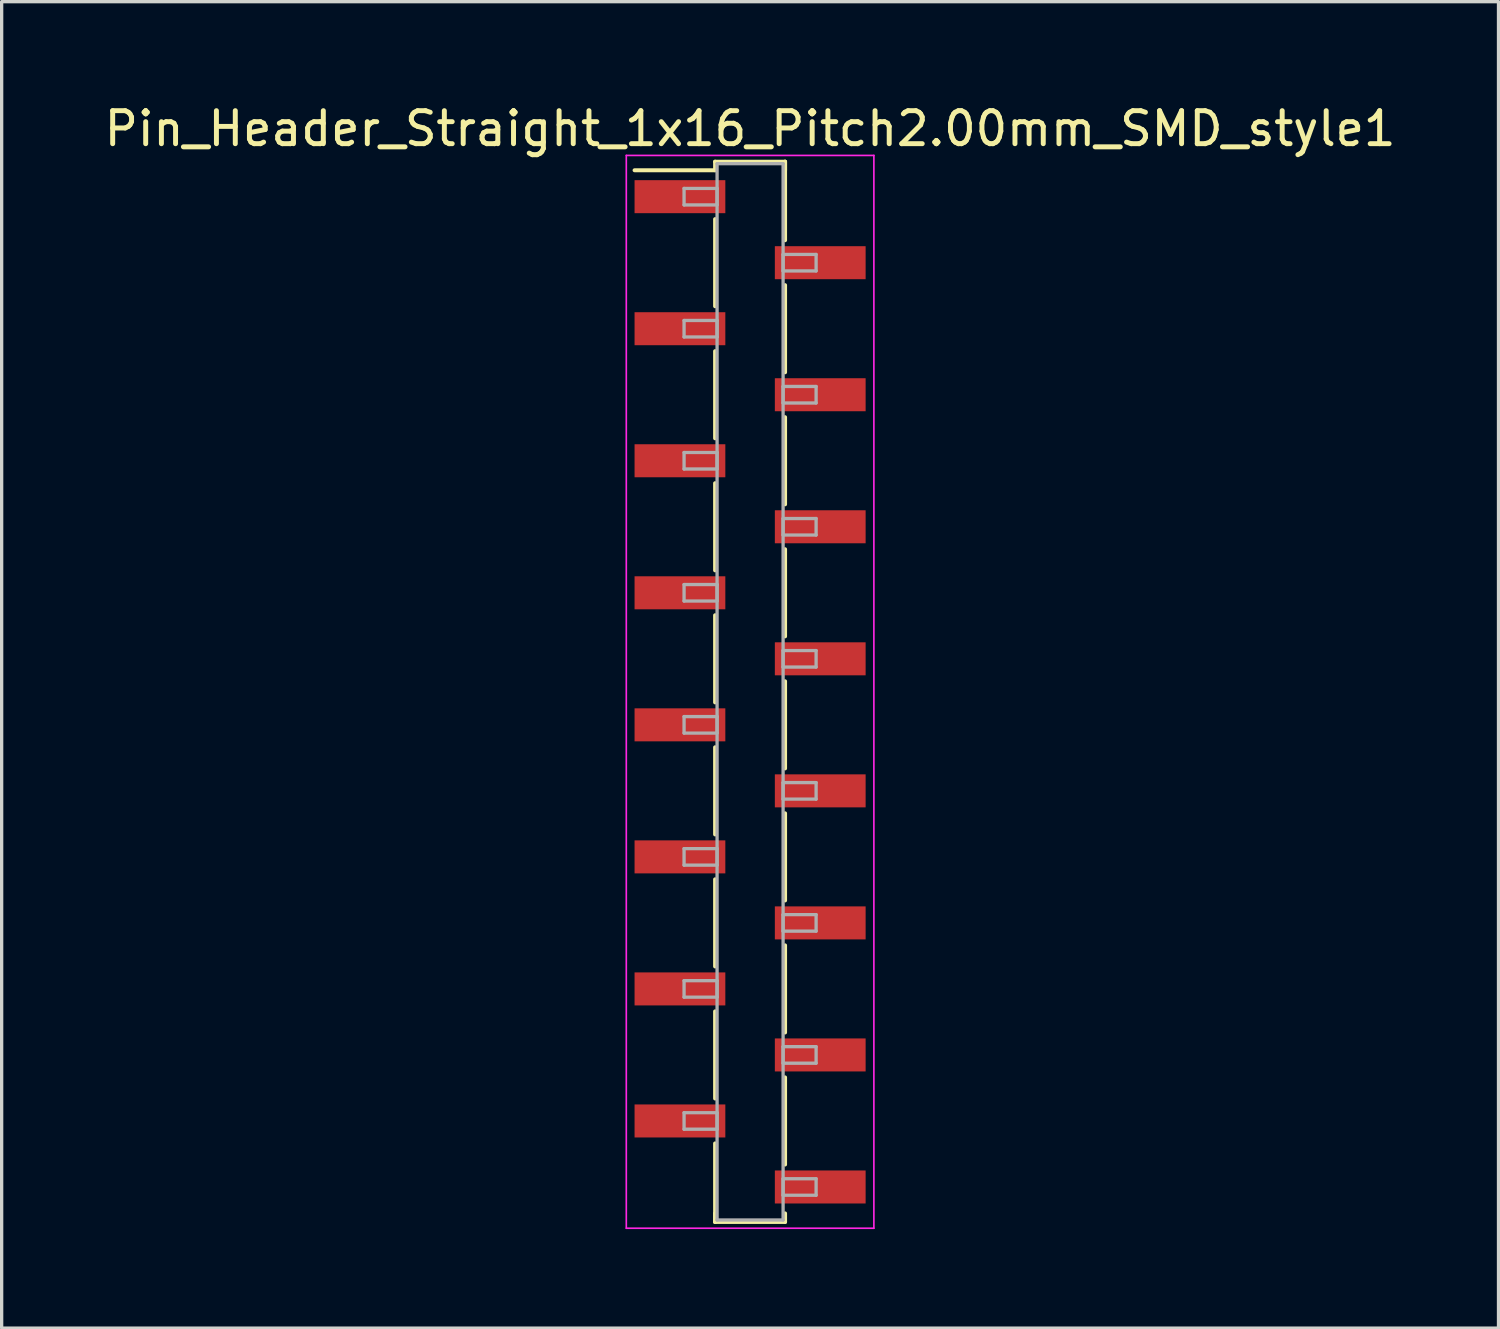
<source format=kicad_pcb>
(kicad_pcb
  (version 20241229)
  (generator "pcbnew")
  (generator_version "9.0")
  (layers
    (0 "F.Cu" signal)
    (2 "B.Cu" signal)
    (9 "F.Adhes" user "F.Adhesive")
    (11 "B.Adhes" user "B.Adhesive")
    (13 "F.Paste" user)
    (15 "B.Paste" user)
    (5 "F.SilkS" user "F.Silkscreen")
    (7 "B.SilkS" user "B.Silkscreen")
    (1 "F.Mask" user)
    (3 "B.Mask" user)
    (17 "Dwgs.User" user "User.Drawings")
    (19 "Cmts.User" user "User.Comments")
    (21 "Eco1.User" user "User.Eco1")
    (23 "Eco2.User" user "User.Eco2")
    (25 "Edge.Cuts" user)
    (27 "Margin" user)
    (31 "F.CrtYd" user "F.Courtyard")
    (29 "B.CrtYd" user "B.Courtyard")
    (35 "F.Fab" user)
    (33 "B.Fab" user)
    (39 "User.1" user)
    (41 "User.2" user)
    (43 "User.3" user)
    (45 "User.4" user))
  (footprint "Pin_Header_Straight_1x16_Pitch2.00mm_SMD_style1"
    (layer "F.Cu")
    (at 19.673 17.908)
    (property "Reference" "Pin_Header_Straight_1x16_Pitch2.00mm_SMD_style1" (at 0 -17.06 0) (layer "F.SilkS") (effects (font (size 1 1) (thickness 0.15))))
    (attr smd)
    (fp_line (start -1.06 -16.06) (end 1.06 -16.06) (stroke (width 0.12) (type solid)) (layer "F.SilkS"))
    (fp_line (start -1.06 -15.8) (end -3.5 -15.8) (stroke (width 0.12) (type solid)) (layer "F.SilkS"))
    (fp_line (start -1.06 -15.8) (end -1.06 -16.06) (stroke (width 0.12) (type solid)) (layer "F.SilkS"))
    (fp_line (start -1.06 -14.32) (end -1.06 -11.68) (stroke (width 0.12) (type solid)) (layer "F.SilkS"))
    (fp_line (start -1.06 -10.32) (end -1.06 -7.68) (stroke (width 0.12) (type solid)) (layer "F.SilkS"))
    (fp_line (start -1.06 -6.32) (end -1.06 -3.68) (stroke (width 0.12) (type solid)) (layer "F.SilkS"))
    (fp_line (start -1.06 -2.32) (end -1.06 0.32) (stroke (width 0.12) (type solid)) (layer "F.SilkS"))
    (fp_line (start -1.06 1.68) (end -1.06 4.32) (stroke (width 0.12) (type solid)) (layer "F.SilkS"))
    (fp_line (start -1.06 5.68) (end -1.06 8.32) (stroke (width 0.12) (type solid)) (layer "F.SilkS"))
    (fp_line (start -1.06 9.68) (end -1.06 12.32) (stroke (width 0.12) (type solid)) (layer "F.SilkS"))
    (fp_line (start -1.06 13.68) (end -1.06 16.06) (stroke (width 0.12) (type solid)) (layer "F.SilkS"))
    (fp_line (start -1.06 15.8) (end -1.06 16.06) (stroke (width 0.12) (type solid)) (layer "F.SilkS"))
    (fp_line (start -1.06 16.06) (end 1.06 16.06) (stroke (width 0.12) (type solid)) (layer "F.SilkS"))
    (fp_line (start 1.06 -16.06) (end 1.06 -15.8) (stroke (width 0.12) (type solid)) (layer "F.SilkS"))
    (fp_line (start 1.06 -16.06) (end 1.06 -13.68) (stroke (width 0.12) (type solid)) (layer "F.SilkS"))
    (fp_line (start 1.06 -12.32) (end 1.06 -9.68) (stroke (width 0.12) (type solid)) (layer "F.SilkS"))
    (fp_line (start 1.06 -8.32) (end 1.06 -5.68) (stroke (width 0.12) (type solid)) (layer "F.SilkS"))
    (fp_line (start 1.06 -4.32) (end 1.06 -1.68) (stroke (width 0.12) (type solid)) (layer "F.SilkS"))
    (fp_line (start 1.06 -0.32) (end 1.06 2.32) (stroke (width 0.12) (type solid)) (layer "F.SilkS"))
    (fp_line (start 1.06 3.68) (end 1.06 6.32) (stroke (width 0.12) (type solid)) (layer "F.SilkS"))
    (fp_line (start 1.06 7.68) (end 1.06 10.32) (stroke (width 0.12) (type solid)) (layer "F.SilkS"))
    (fp_line (start 1.06 11.68) (end 1.06 14.32) (stroke (width 0.12) (type solid)) (layer "F.SilkS"))
    (fp_line (start 1.06 16.06) (end 1.06 15.8) (stroke (width 0.12) (type solid)) (layer "F.SilkS"))
    (fp_line (start -3.75 -16.25) (end -3.75 16.25) (stroke (width 0.05) (type solid)) (layer "F.CrtYd"))
    (fp_line (start -3.75 16.25) (end 3.75 16.25) (stroke (width 0.05) (type solid)) (layer "F.CrtYd"))
    (fp_line (start 3.75 -16.25) (end -3.75 -16.25) (stroke (width 0.05) (type solid)) (layer "F.CrtYd"))
    (fp_line (start 3.75 16.25) (end 3.75 -16.25) (stroke (width 0.05) (type solid)) (layer "F.CrtYd"))
    (fp_line (start -2 -15.25) (end -1 -15.25) (stroke (width 0.1) (type solid)) (layer "F.Fab"))
    (fp_line (start -2 -14.75) (end -2 -15.25) (stroke (width 0.1) (type solid)) (layer "F.Fab"))
    (fp_line (start -2 -11.25) (end -1 -11.25) (stroke (width 0.1) (type solid)) (layer "F.Fab"))
    (fp_line (start -2 -10.75) (end -2 -11.25) (stroke (width 0.1) (type solid)) (layer "F.Fab"))
    (fp_line (start -2 -7.25) (end -1 -7.25) (stroke (width 0.1) (type solid)) (layer "F.Fab"))
    (fp_line (start -2 -6.75) (end -2 -7.25) (stroke (width 0.1) (type solid)) (layer "F.Fab"))
    (fp_line (start -2 -3.25) (end -1 -3.25) (stroke (width 0.1) (type solid)) (layer "F.Fab"))
    (fp_line (start -2 -2.75) (end -2 -3.25) (stroke (width 0.1) (type solid)) (layer "F.Fab"))
    (fp_line (start -2 0.75) (end -1 0.75) (stroke (width 0.1) (type solid)) (layer "F.Fab"))
    (fp_line (start -2 1.25) (end -2 0.75) (stroke (width 0.1) (type solid)) (layer "F.Fab"))
    (fp_line (start -2 4.75) (end -1 4.75) (stroke (width 0.1) (type solid)) (layer "F.Fab"))
    (fp_line (start -2 5.25) (end -2 4.75) (stroke (width 0.1) (type solid)) (layer "F.Fab"))
    (fp_line (start -2 8.75) (end -1 8.75) (stroke (width 0.1) (type solid)) (layer "F.Fab"))
    (fp_line (start -2 9.25) (end -2 8.75) (stroke (width 0.1) (type solid)) (layer "F.Fab"))
    (fp_line (start -2 12.75) (end -1 12.75) (stroke (width 0.1) (type solid)) (layer "F.Fab"))
    (fp_line (start -2 13.25) (end -2 12.75) (stroke (width 0.1) (type solid)) (layer "F.Fab"))
    (fp_line (start -1 -16) (end -1 16) (stroke (width 0.1) (type solid)) (layer "F.Fab"))
    (fp_line (start -1 -15.25) (end -1 -14.75) (stroke (width 0.1) (type solid)) (layer "F.Fab"))
    (fp_line (start -1 -14.75) (end -2 -14.75) (stroke (width 0.1) (type solid)) (layer "F.Fab"))
    (fp_line (start -1 -11.25) (end -1 -10.75) (stroke (width 0.1) (type solid)) (layer "F.Fab"))
    (fp_line (start -1 -10.75) (end -2 -10.75) (stroke (width 0.1) (type solid)) (layer "F.Fab"))
    (fp_line (start -1 -7.25) (end -1 -6.75) (stroke (width 0.1) (type solid)) (layer "F.Fab"))
    (fp_line (start -1 -6.75) (end -2 -6.75) (stroke (width 0.1) (type solid)) (layer "F.Fab"))
    (fp_line (start -1 -3.25) (end -1 -2.75) (stroke (width 0.1) (type solid)) (layer "F.Fab"))
    (fp_line (start -1 -2.75) (end -2 -2.75) (stroke (width 0.1) (type solid)) (layer "F.Fab"))
    (fp_line (start -1 0.75) (end -1 1.25) (stroke (width 0.1) (type solid)) (layer "F.Fab"))
    (fp_line (start -1 1.25) (end -2 1.25) (stroke (width 0.1) (type solid)) (layer "F.Fab"))
    (fp_line (start -1 4.75) (end -1 5.25) (stroke (width 0.1) (type solid)) (layer "F.Fab"))
    (fp_line (start -1 5.25) (end -2 5.25) (stroke (width 0.1) (type solid)) (layer "F.Fab"))
    (fp_line (start -1 8.75) (end -1 9.25) (stroke (width 0.1) (type solid)) (layer "F.Fab"))
    (fp_line (start -1 9.25) (end -2 9.25) (stroke (width 0.1) (type solid)) (layer "F.Fab"))
    (fp_line (start -1 12.75) (end -1 13.25) (stroke (width 0.1) (type solid)) (layer "F.Fab"))
    (fp_line (start -1 13.25) (end -2 13.25) (stroke (width 0.1) (type solid)) (layer "F.Fab"))
    (fp_line (start -1 16) (end 1 16) (stroke (width 0.1) (type solid)) (layer "F.Fab"))
    (fp_line (start 1 -16) (end -1 -16) (stroke (width 0.1) (type solid)) (layer "F.Fab"))
    (fp_line (start 1 -13.25) (end 1 -12.75) (stroke (width 0.1) (type solid)) (layer "F.Fab"))
    (fp_line (start 1 -12.75) (end 2 -12.75) (stroke (width 0.1) (type solid)) (layer "F.Fab"))
    (fp_line (start 1 -9.25) (end 1 -8.75) (stroke (width 0.1) (type solid)) (layer "F.Fab"))
    (fp_line (start 1 -8.75) (end 2 -8.75) (stroke (width 0.1) (type solid)) (layer "F.Fab"))
    (fp_line (start 1 -5.25) (end 1 -4.75) (stroke (width 0.1) (type solid)) (layer "F.Fab"))
    (fp_line (start 1 -4.75) (end 2 -4.75) (stroke (width 0.1) (type solid)) (layer "F.Fab"))
    (fp_line (start 1 -1.25) (end 1 -0.75) (stroke (width 0.1) (type solid)) (layer "F.Fab"))
    (fp_line (start 1 -0.75) (end 2 -0.75) (stroke (width 0.1) (type solid)) (layer "F.Fab"))
    (fp_line (start 1 2.75) (end 1 3.25) (stroke (width 0.1) (type solid)) (layer "F.Fab"))
    (fp_line (start 1 3.25) (end 2 3.25) (stroke (width 0.1) (type solid)) (layer "F.Fab"))
    (fp_line (start 1 6.75) (end 1 7.25) (stroke (width 0.1) (type solid)) (layer "F.Fab"))
    (fp_line (start 1 7.25) (end 2 7.25) (stroke (width 0.1) (type solid)) (layer "F.Fab"))
    (fp_line (start 1 10.75) (end 1 11.25) (stroke (width 0.1) (type solid)) (layer "F.Fab"))
    (fp_line (start 1 11.25) (end 2 11.25) (stroke (width 0.1) (type solid)) (layer "F.Fab"))
    (fp_line (start 1 14.75) (end 1 15.25) (stroke (width 0.1) (type solid)) (layer "F.Fab"))
    (fp_line (start 1 15.25) (end 2 15.25) (stroke (width 0.1) (type solid)) (layer "F.Fab"))
    (fp_line (start 1 16) (end 1 -16) (stroke (width 0.1) (type solid)) (layer "F.Fab"))
    (fp_line (start 2 -13.25) (end 1 -13.25) (stroke (width 0.1) (type solid)) (layer "F.Fab"))
    (fp_line (start 2 -12.75) (end 2 -13.25) (stroke (width 0.1) (type solid)) (layer "F.Fab"))
    (fp_line (start 2 -9.25) (end 1 -9.25) (stroke (width 0.1) (type solid)) (layer "F.Fab"))
    (fp_line (start 2 -8.75) (end 2 -9.25) (stroke (width 0.1) (type solid)) (layer "F.Fab"))
    (fp_line (start 2 -5.25) (end 1 -5.25) (stroke (width 0.1) (type solid)) (layer "F.Fab"))
    (fp_line (start 2 -4.75) (end 2 -5.25) (stroke (width 0.1) (type solid)) (layer "F.Fab"))
    (fp_line (start 2 -1.25) (end 1 -1.25) (stroke (width 0.1) (type solid)) (layer "F.Fab"))
    (fp_line (start 2 -0.75) (end 2 -1.25) (stroke (width 0.1) (type solid)) (layer "F.Fab"))
    (fp_line (start 2 2.75) (end 1 2.75) (stroke (width 0.1) (type solid)) (layer "F.Fab"))
    (fp_line (start 2 3.25) (end 2 2.75) (stroke (width 0.1) (type solid)) (layer "F.Fab"))
    (fp_line (start 2 6.75) (end 1 6.75) (stroke (width 0.1) (type solid)) (layer "F.Fab"))
    (fp_line (start 2 7.25) (end 2 6.75) (stroke (width 0.1) (type solid)) (layer "F.Fab"))
    (fp_line (start 2 10.75) (end 1 10.75) (stroke (width 0.1) (type solid)) (layer "F.Fab"))
    (fp_line (start 2 11.25) (end 2 10.75) (stroke (width 0.1) (type solid)) (layer "F.Fab"))
    (fp_line (start 2 14.75) (end 1 14.75) (stroke (width 0.1) (type solid)) (layer "F.Fab"))
    (fp_line (start 2 15.25) (end 2 14.75) (stroke (width 0.1) (type solid)) (layer "F.Fab"))
    (pad "1" smd rect (at -2.125 -15) (size 2.75 1) (layers "F.Cu" "F.Mask"))
    (pad "2" smd rect (at 2.125 -13) (size 2.75 1) (layers "F.Cu" "F.Mask"))
    (pad "3" smd rect (at -2.125 -11) (size 2.75 1) (layers "F.Cu" "F.Mask"))
    (pad "4" smd rect (at 2.125 -9) (size 2.75 1) (layers "F.Cu" "F.Mask"))
    (pad "5" smd rect (at -2.125 -7) (size 2.75 1) (layers "F.Cu" "F.Mask"))
    (pad "6" smd rect (at 2.125 -5) (size 2.75 1) (layers "F.Cu" "F.Mask"))
    (pad "7" smd rect (at -2.125 -3) (size 2.75 1) (layers "F.Cu" "F.Mask"))
    (pad "8" smd rect (at 2.125 -1) (size 2.75 1) (layers "F.Cu" "F.Mask"))
    (pad "9" smd rect (at -2.125 1) (size 2.75 1) (layers "F.Cu" "F.Mask"))
    (pad "10" smd rect (at 2.125 3) (size 2.75 1) (layers "F.Cu" "F.Mask"))
    (pad "11" smd rect (at -2.125 5) (size 2.75 1) (layers "F.Cu" "F.Mask"))
    (pad "12" smd rect (at 2.125 7) (size 2.75 1) (layers "F.Cu" "F.Mask"))
    (pad "13" smd rect (at -2.125 9) (size 2.75 1) (layers "F.Cu" "F.Mask"))
    (pad "14" smd rect (at 2.125 11) (size 2.75 1) (layers "F.Cu" "F.Mask"))
    (pad "15" smd rect (at -2.125 13) (size 2.75 1) (layers "F.Cu" "F.Mask"))
    (pad "16" smd rect (at 2.125 15) (size 2.75 1) (layers "F.Cu" "F.Mask")))
  (gr_rect
    (start -3 -3)
    (end 42.345 37.183)
    (stroke (width 0.1) (type default))
    (fill no)
    (layer "Edge.Cuts")))
</source>
